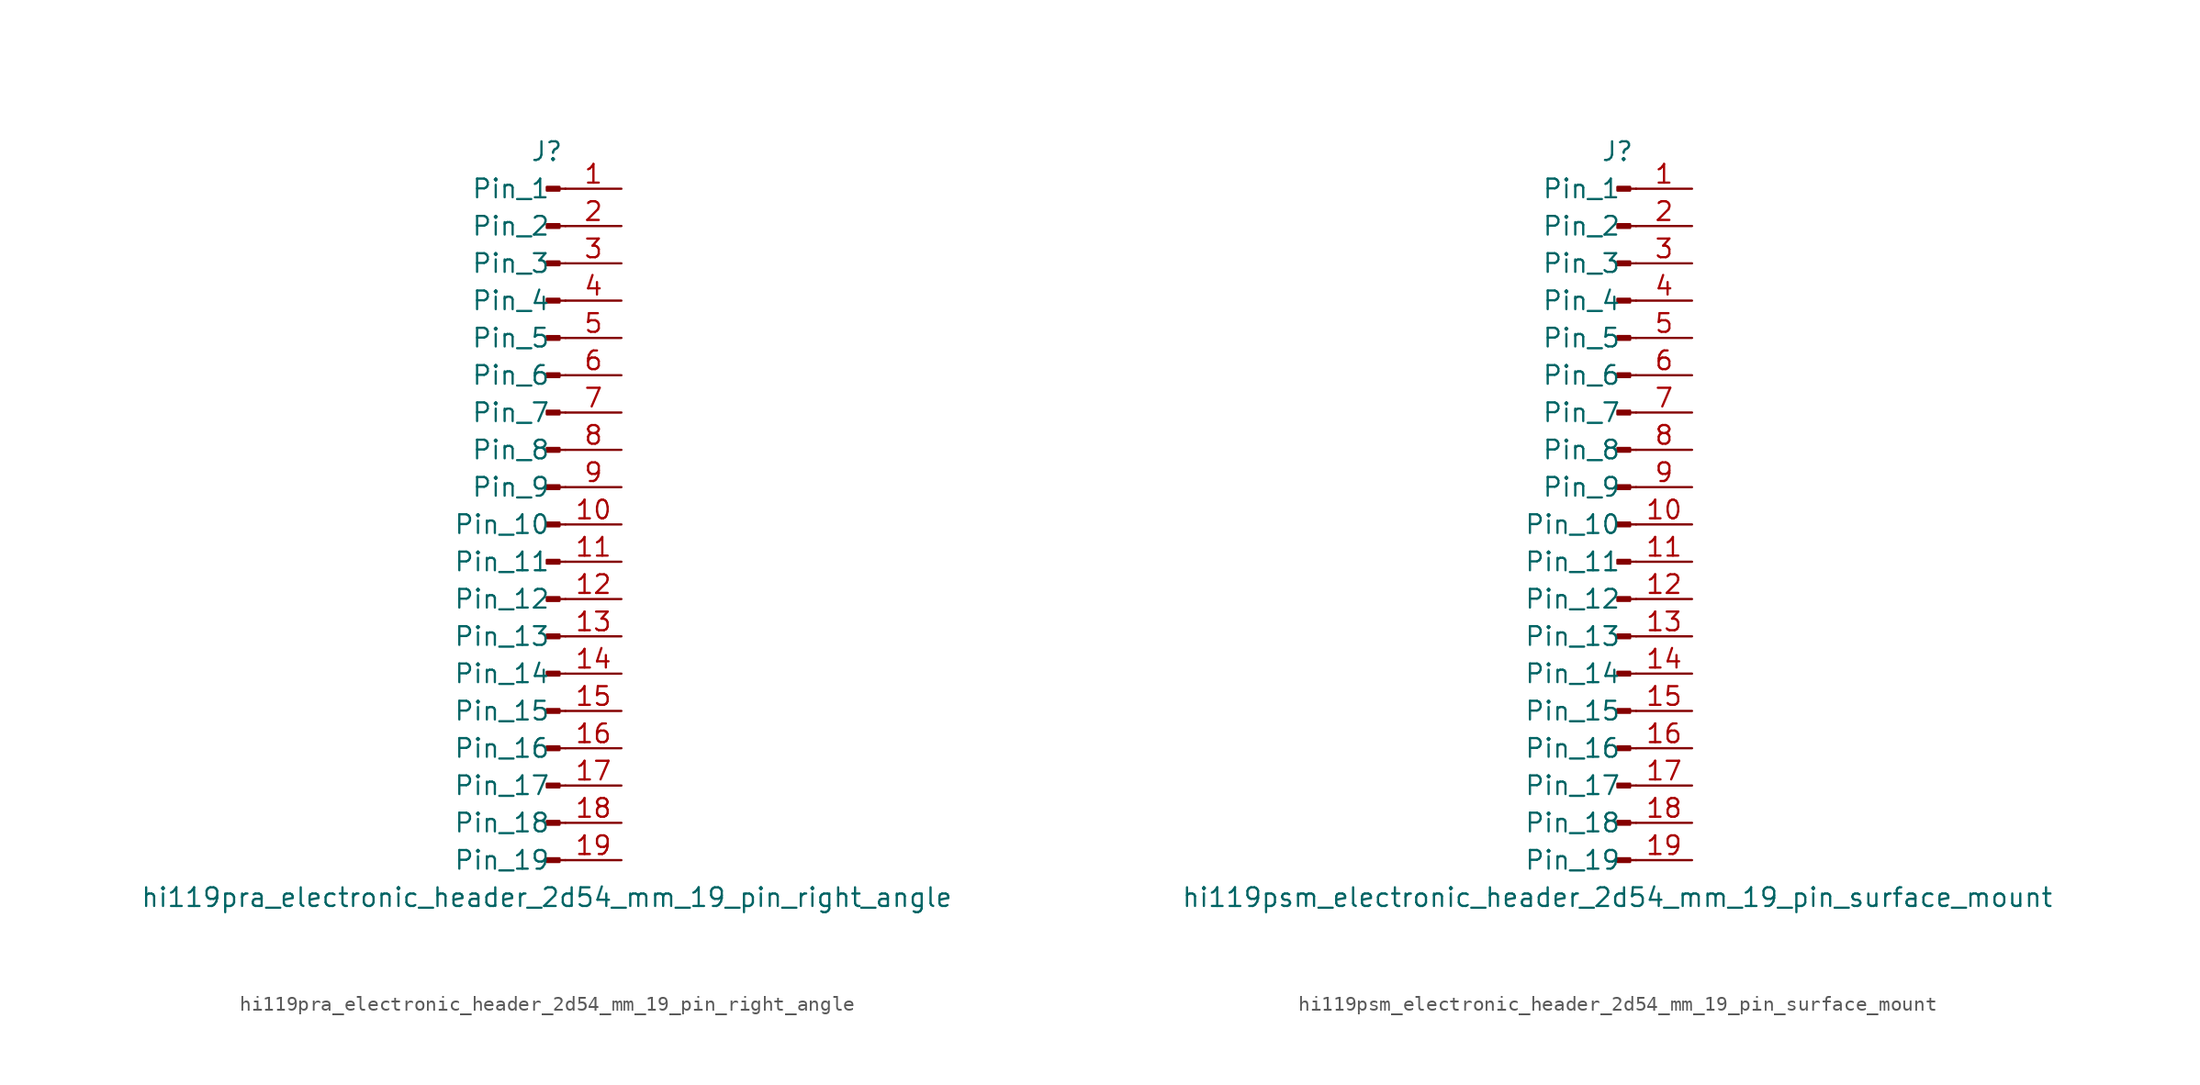
<source format=kicad_sym>
(kicad_symbol_lib
  (version 20220914)
  (generator kicad_symbol_editor)
  (symbol "hi119pra_electronic_header_2d54_mm_19_pin_right_angle"
    (pin_names
      (offset 1.016))
    (property "Reference" "J"
      (at 0 25.4 0)
      (effects (font (size 1.27 1.27))))
    (property "Value" "hi119pra_electronic_header_2d54_mm_19_pin_right_angle"
      (at 0 -25.4 0)
      (effects (font (size 1.27 1.27))))
    (property "ki_locked" ""
      (at 0 0 0)
      (effects (font (size 1.27 1.27))))
    (symbol "hi119pra_electronic_header_2d54_mm_19_pin_right_angle_1_1"
      (polyline (pts (xy 1.27 -22.86) (xy 0.864 -22.86)) (stroke (width 0.152) (type default)) (fill (type none)))
      (polyline (pts (xy 1.27 -20.32) (xy 0.864 -20.32)) (stroke (width 0.152) (type default)) (fill (type none)))
      (polyline (pts (xy 1.27 -17.78) (xy 0.864 -17.78)) (stroke (width 0.152) (type default)) (fill (type none)))
      (polyline (pts (xy 1.27 -15.24) (xy 0.864 -15.24)) (stroke (width 0.152) (type default)) (fill (type none)))
      (polyline (pts (xy 1.27 -12.7) (xy 0.864 -12.7)) (stroke (width 0.152) (type default)) (fill (type none)))
      (polyline (pts (xy 1.27 -10.16) (xy 0.864 -10.16)) (stroke (width 0.152) (type default)) (fill (type none)))
      (polyline (pts (xy 1.27 -7.62) (xy 0.864 -7.62)) (stroke (width 0.152) (type default)) (fill (type none)))
      (polyline (pts (xy 1.27 -5.08) (xy 0.864 -5.08)) (stroke (width 0.152) (type default)) (fill (type none)))
      (polyline (pts (xy 1.27 -2.54) (xy 0.864 -2.54)) (stroke (width 0.152) (type default)) (fill (type none)))
      (polyline (pts (xy 1.27 0) (xy 0.864 0)) (stroke (width 0.152) (type default)) (fill (type none)))
      (polyline (pts (xy 1.27 2.54) (xy 0.864 2.54)) (stroke (width 0.152) (type default)) (fill (type none)))
      (polyline (pts (xy 1.27 5.08) (xy 0.864 5.08)) (stroke (width 0.152) (type default)) (fill (type none)))
      (polyline (pts (xy 1.27 7.62) (xy 0.864 7.62)) (stroke (width 0.152) (type default)) (fill (type none)))
      (polyline (pts (xy 1.27 10.16) (xy 0.864 10.16)) (stroke (width 0.152) (type default)) (fill (type none)))
      (polyline (pts (xy 1.27 12.7) (xy 0.864 12.7)) (stroke (width 0.152) (type default)) (fill (type none)))
      (polyline (pts (xy 1.27 15.24) (xy 0.864 15.24)) (stroke (width 0.152) (type default)) (fill (type none)))
      (polyline (pts (xy 1.27 17.78) (xy 0.864 17.78)) (stroke (width 0.152) (type default)) (fill (type none)))
      (polyline (pts (xy 1.27 20.32) (xy 0.864 20.32)) (stroke (width 0.152) (type default)) (fill (type none)))
      (polyline (pts (xy 1.27 22.86) (xy 0.864 22.86)) (stroke (width 0.152) (type default)) (fill (type none)))
      (rectangle (start 0.864 -22.733) (end 0 -22.987) (stroke (width 0.152) (type default)) (fill (type outline)))
      (rectangle (start 0.864 -20.193) (end 0 -20.447) (stroke (width 0.152) (type default)) (fill (type outline)))
      (rectangle (start 0.864 -17.653) (end 0 -17.907) (stroke (width 0.152) (type default)) (fill (type outline)))
      (rectangle (start 0.864 -15.113) (end 0 -15.367) (stroke (width 0.152) (type default)) (fill (type outline)))
      (rectangle (start 0.864 -12.573) (end 0 -12.827) (stroke (width 0.152) (type default)) (fill (type outline)))
      (rectangle (start 0.864 -10.033) (end 0 -10.287) (stroke (width 0.152) (type default)) (fill (type outline)))
      (rectangle (start 0.864 -7.493) (end 0 -7.747) (stroke (width 0.152) (type default)) (fill (type outline)))
      (rectangle (start 0.864 -4.953) (end 0 -5.207) (stroke (width 0.152) (type default)) (fill (type outline)))
      (rectangle (start 0.864 -2.413) (end 0 -2.667) (stroke (width 0.152) (type default)) (fill (type outline)))
      (rectangle (start 0.864 0.127) (end 0 -0.127) (stroke (width 0.152) (type default)) (fill (type outline)))
      (rectangle (start 0.864 2.667) (end 0 2.413) (stroke (width 0.152) (type default)) (fill (type outline)))
      (rectangle (start 0.864 5.207) (end 0 4.953) (stroke (width 0.152) (type default)) (fill (type outline)))
      (rectangle (start 0.864 7.747) (end 0 7.493) (stroke (width 0.152) (type default)) (fill (type outline)))
      (rectangle (start 0.864 10.287) (end 0 10.033) (stroke (width 0.152) (type default)) (fill (type outline)))
      (rectangle (start 0.864 12.827) (end 0 12.573) (stroke (width 0.152) (type default)) (fill (type outline)))
      (rectangle (start 0.864 15.367) (end 0 15.113) (stroke (width 0.152) (type default)) (fill (type outline)))
      (rectangle (start 0.864 17.907) (end 0 17.653) (stroke (width 0.152) (type default)) (fill (type outline)))
      (rectangle (start 0.864 20.447) (end 0 20.193) (stroke (width 0.152) (type default)) (fill (type outline)))
      (rectangle (start 0.864 22.987) (end 0 22.733) (stroke (width 0.152) (type default)) (fill (type outline)))
      (pin passive line (at 5.08 22.86 180) (length 3.81) (name "Pin_1" (effects (font (size 1.27 1.27)))) (number "1" (effects (font (size 1.27 1.27)))))
      (pin passive line (at 5.08 0 180) (length 3.81) (name "Pin_10" (effects (font (size 1.27 1.27)))) (number "10" (effects (font (size 1.27 1.27)))))
      (pin passive line (at 5.08 -2.54 180) (length 3.81) (name "Pin_11" (effects (font (size 1.27 1.27)))) (number "11" (effects (font (size 1.27 1.27)))))
      (pin passive line (at 5.08 -5.08 180) (length 3.81) (name "Pin_12" (effects (font (size 1.27 1.27)))) (number "12" (effects (font (size 1.27 1.27)))))
      (pin passive line (at 5.08 -7.62 180) (length 3.81) (name "Pin_13" (effects (font (size 1.27 1.27)))) (number "13" (effects (font (size 1.27 1.27)))))
      (pin passive line (at 5.08 -10.16 180) (length 3.81) (name "Pin_14" (effects (font (size 1.27 1.27)))) (number "14" (effects (font (size 1.27 1.27)))))
      (pin passive line (at 5.08 -12.7 180) (length 3.81) (name "Pin_15" (effects (font (size 1.27 1.27)))) (number "15" (effects (font (size 1.27 1.27)))))
      (pin passive line (at 5.08 -15.24 180) (length 3.81) (name "Pin_16" (effects (font (size 1.27 1.27)))) (number "16" (effects (font (size 1.27 1.27)))))
      (pin passive line (at 5.08 -17.78 180) (length 3.81) (name "Pin_17" (effects (font (size 1.27 1.27)))) (number "17" (effects (font (size 1.27 1.27)))))
      (pin passive line (at 5.08 -20.32 180) (length 3.81) (name "Pin_18" (effects (font (size 1.27 1.27)))) (number "18" (effects (font (size 1.27 1.27)))))
      (pin passive line (at 5.08 -22.86 180) (length 3.81) (name "Pin_19" (effects (font (size 1.27 1.27)))) (number "19" (effects (font (size 1.27 1.27)))))
      (pin passive line (at 5.08 20.32 180) (length 3.81) (name "Pin_2" (effects (font (size 1.27 1.27)))) (number "2" (effects (font (size 1.27 1.27)))))
      (pin passive line (at 5.08 17.78 180) (length 3.81) (name "Pin_3" (effects (font (size 1.27 1.27)))) (number "3" (effects (font (size 1.27 1.27)))))
      (pin passive line (at 5.08 15.24 180) (length 3.81) (name "Pin_4" (effects (font (size 1.27 1.27)))) (number "4" (effects (font (size 1.27 1.27)))))
      (pin passive line (at 5.08 12.7 180) (length 3.81) (name "Pin_5" (effects (font (size 1.27 1.27)))) (number "5" (effects (font (size 1.27 1.27)))))
      (pin passive line (at 5.08 10.16 180) (length 3.81) (name "Pin_6" (effects (font (size 1.27 1.27)))) (number "6" (effects (font (size 1.27 1.27)))))
      (pin passive line (at 5.08 7.62 180) (length 3.81) (name "Pin_7" (effects (font (size 1.27 1.27)))) (number "7" (effects (font (size 1.27 1.27)))))
      (pin passive line (at 5.08 5.08 180) (length 3.81) (name "Pin_8" (effects (font (size 1.27 1.27)))) (number "8" (effects (font (size 1.27 1.27)))))
      (pin passive line (at 5.08 2.54 180) (length 3.81) (name "Pin_9" (effects (font (size 1.27 1.27)))) (number "9" (effects (font (size 1.27 1.27)))))))
  (symbol "hi119psm_electronic_header_2d54_mm_19_pin_surface_mount"
    (pin_names
      (offset 1.016))
    (property "Reference" "J"
      (at 0 25.4 0)
      (effects (font (size 1.27 1.27))))
    (property "Value" "hi119psm_electronic_header_2d54_mm_19_pin_surface_mount"
      (at 0 -25.4 0)
      (effects (font (size 1.27 1.27))))
    (property "ki_locked" ""
      (at 0 0 0)
      (effects (font (size 1.27 1.27))))
    (symbol "hi119psm_electronic_header_2d54_mm_19_pin_surface_mount_1_1"
      (polyline (pts (xy 1.27 -22.86) (xy 0.864 -22.86)) (stroke (width 0.152) (type default)) (fill (type none)))
      (polyline (pts (xy 1.27 -20.32) (xy 0.864 -20.32)) (stroke (width 0.152) (type default)) (fill (type none)))
      (polyline (pts (xy 1.27 -17.78) (xy 0.864 -17.78)) (stroke (width 0.152) (type default)) (fill (type none)))
      (polyline (pts (xy 1.27 -15.24) (xy 0.864 -15.24)) (stroke (width 0.152) (type default)) (fill (type none)))
      (polyline (pts (xy 1.27 -12.7) (xy 0.864 -12.7)) (stroke (width 0.152) (type default)) (fill (type none)))
      (polyline (pts (xy 1.27 -10.16) (xy 0.864 -10.16)) (stroke (width 0.152) (type default)) (fill (type none)))
      (polyline (pts (xy 1.27 -7.62) (xy 0.864 -7.62)) (stroke (width 0.152) (type default)) (fill (type none)))
      (polyline (pts (xy 1.27 -5.08) (xy 0.864 -5.08)) (stroke (width 0.152) (type default)) (fill (type none)))
      (polyline (pts (xy 1.27 -2.54) (xy 0.864 -2.54)) (stroke (width 0.152) (type default)) (fill (type none)))
      (polyline (pts (xy 1.27 0) (xy 0.864 0)) (stroke (width 0.152) (type default)) (fill (type none)))
      (polyline (pts (xy 1.27 2.54) (xy 0.864 2.54)) (stroke (width 0.152) (type default)) (fill (type none)))
      (polyline (pts (xy 1.27 5.08) (xy 0.864 5.08)) (stroke (width 0.152) (type default)) (fill (type none)))
      (polyline (pts (xy 1.27 7.62) (xy 0.864 7.62)) (stroke (width 0.152) (type default)) (fill (type none)))
      (polyline (pts (xy 1.27 10.16) (xy 0.864 10.16)) (stroke (width 0.152) (type default)) (fill (type none)))
      (polyline (pts (xy 1.27 12.7) (xy 0.864 12.7)) (stroke (width 0.152) (type default)) (fill (type none)))
      (polyline (pts (xy 1.27 15.24) (xy 0.864 15.24)) (stroke (width 0.152) (type default)) (fill (type none)))
      (polyline (pts (xy 1.27 17.78) (xy 0.864 17.78)) (stroke (width 0.152) (type default)) (fill (type none)))
      (polyline (pts (xy 1.27 20.32) (xy 0.864 20.32)) (stroke (width 0.152) (type default)) (fill (type none)))
      (polyline (pts (xy 1.27 22.86) (xy 0.864 22.86)) (stroke (width 0.152) (type default)) (fill (type none)))
      (rectangle (start 0.864 -22.733) (end 0 -22.987) (stroke (width 0.152) (type default)) (fill (type outline)))
      (rectangle (start 0.864 -20.193) (end 0 -20.447) (stroke (width 0.152) (type default)) (fill (type outline)))
      (rectangle (start 0.864 -17.653) (end 0 -17.907) (stroke (width 0.152) (type default)) (fill (type outline)))
      (rectangle (start 0.864 -15.113) (end 0 -15.367) (stroke (width 0.152) (type default)) (fill (type outline)))
      (rectangle (start 0.864 -12.573) (end 0 -12.827) (stroke (width 0.152) (type default)) (fill (type outline)))
      (rectangle (start 0.864 -10.033) (end 0 -10.287) (stroke (width 0.152) (type default)) (fill (type outline)))
      (rectangle (start 0.864 -7.493) (end 0 -7.747) (stroke (width 0.152) (type default)) (fill (type outline)))
      (rectangle (start 0.864 -4.953) (end 0 -5.207) (stroke (width 0.152) (type default)) (fill (type outline)))
      (rectangle (start 0.864 -2.413) (end 0 -2.667) (stroke (width 0.152) (type default)) (fill (type outline)))
      (rectangle (start 0.864 0.127) (end 0 -0.127) (stroke (width 0.152) (type default)) (fill (type outline)))
      (rectangle (start 0.864 2.667) (end 0 2.413) (stroke (width 0.152) (type default)) (fill (type outline)))
      (rectangle (start 0.864 5.207) (end 0 4.953) (stroke (width 0.152) (type default)) (fill (type outline)))
      (rectangle (start 0.864 7.747) (end 0 7.493) (stroke (width 0.152) (type default)) (fill (type outline)))
      (rectangle (start 0.864 10.287) (end 0 10.033) (stroke (width 0.152) (type default)) (fill (type outline)))
      (rectangle (start 0.864 12.827) (end 0 12.573) (stroke (width 0.152) (type default)) (fill (type outline)))
      (rectangle (start 0.864 15.367) (end 0 15.113) (stroke (width 0.152) (type default)) (fill (type outline)))
      (rectangle (start 0.864 17.907) (end 0 17.653) (stroke (width 0.152) (type default)) (fill (type outline)))
      (rectangle (start 0.864 20.447) (end 0 20.193) (stroke (width 0.152) (type default)) (fill (type outline)))
      (rectangle (start 0.864 22.987) (end 0 22.733) (stroke (width 0.152) (type default)) (fill (type outline)))
      (pin passive line (at 5.08 22.86 180) (length 3.81) (name "Pin_1" (effects (font (size 1.27 1.27)))) (number "1" (effects (font (size 1.27 1.27)))))
      (pin passive line (at 5.08 0 180) (length 3.81) (name "Pin_10" (effects (font (size 1.27 1.27)))) (number "10" (effects (font (size 1.27 1.27)))))
      (pin passive line (at 5.08 -2.54 180) (length 3.81) (name "Pin_11" (effects (font (size 1.27 1.27)))) (number "11" (effects (font (size 1.27 1.27)))))
      (pin passive line (at 5.08 -5.08 180) (length 3.81) (name "Pin_12" (effects (font (size 1.27 1.27)))) (number "12" (effects (font (size 1.27 1.27)))))
      (pin passive line (at 5.08 -7.62 180) (length 3.81) (name "Pin_13" (effects (font (size 1.27 1.27)))) (number "13" (effects (font (size 1.27 1.27)))))
      (pin passive line (at 5.08 -10.16 180) (length 3.81) (name "Pin_14" (effects (font (size 1.27 1.27)))) (number "14" (effects (font (size 1.27 1.27)))))
      (pin passive line (at 5.08 -12.7 180) (length 3.81) (name "Pin_15" (effects (font (size 1.27 1.27)))) (number "15" (effects (font (size 1.27 1.27)))))
      (pin passive line (at 5.08 -15.24 180) (length 3.81) (name "Pin_16" (effects (font (size 1.27 1.27)))) (number "16" (effects (font (size 1.27 1.27)))))
      (pin passive line (at 5.08 -17.78 180) (length 3.81) (name "Pin_17" (effects (font (size 1.27 1.27)))) (number "17" (effects (font (size 1.27 1.27)))))
      (pin passive line (at 5.08 -20.32 180) (length 3.81) (name "Pin_18" (effects (font (size 1.27 1.27)))) (number "18" (effects (font (size 1.27 1.27)))))
      (pin passive line (at 5.08 -22.86 180) (length 3.81) (name "Pin_19" (effects (font (size 1.27 1.27)))) (number "19" (effects (font (size 1.27 1.27)))))
      (pin passive line (at 5.08 20.32 180) (length 3.81) (name "Pin_2" (effects (font (size 1.27 1.27)))) (number "2" (effects (font (size 1.27 1.27)))))
      (pin passive line (at 5.08 17.78 180) (length 3.81) (name "Pin_3" (effects (font (size 1.27 1.27)))) (number "3" (effects (font (size 1.27 1.27)))))
      (pin passive line (at 5.08 15.24 180) (length 3.81) (name "Pin_4" (effects (font (size 1.27 1.27)))) (number "4" (effects (font (size 1.27 1.27)))))
      (pin passive line (at 5.08 12.7 180) (length 3.81) (name "Pin_5" (effects (font (size 1.27 1.27)))) (number "5" (effects (font (size 1.27 1.27)))))
      (pin passive line (at 5.08 10.16 180) (length 3.81) (name "Pin_6" (effects (font (size 1.27 1.27)))) (number "6" (effects (font (size 1.27 1.27)))))
      (pin passive line (at 5.08 7.62 180) (length 3.81) (name "Pin_7" (effects (font (size 1.27 1.27)))) (number "7" (effects (font (size 1.27 1.27)))))
      (pin passive line (at 5.08 5.08 180) (length 3.81) (name "Pin_8" (effects (font (size 1.27 1.27)))) (number "8" (effects (font (size 1.27 1.27)))))
      (pin passive line (at 5.08 2.54 180) (length 3.81) (name "Pin_9" (effects (font (size 1.27 1.27)))) (number "9" (effects (font (size 1.27 1.27))))))))
</source>
